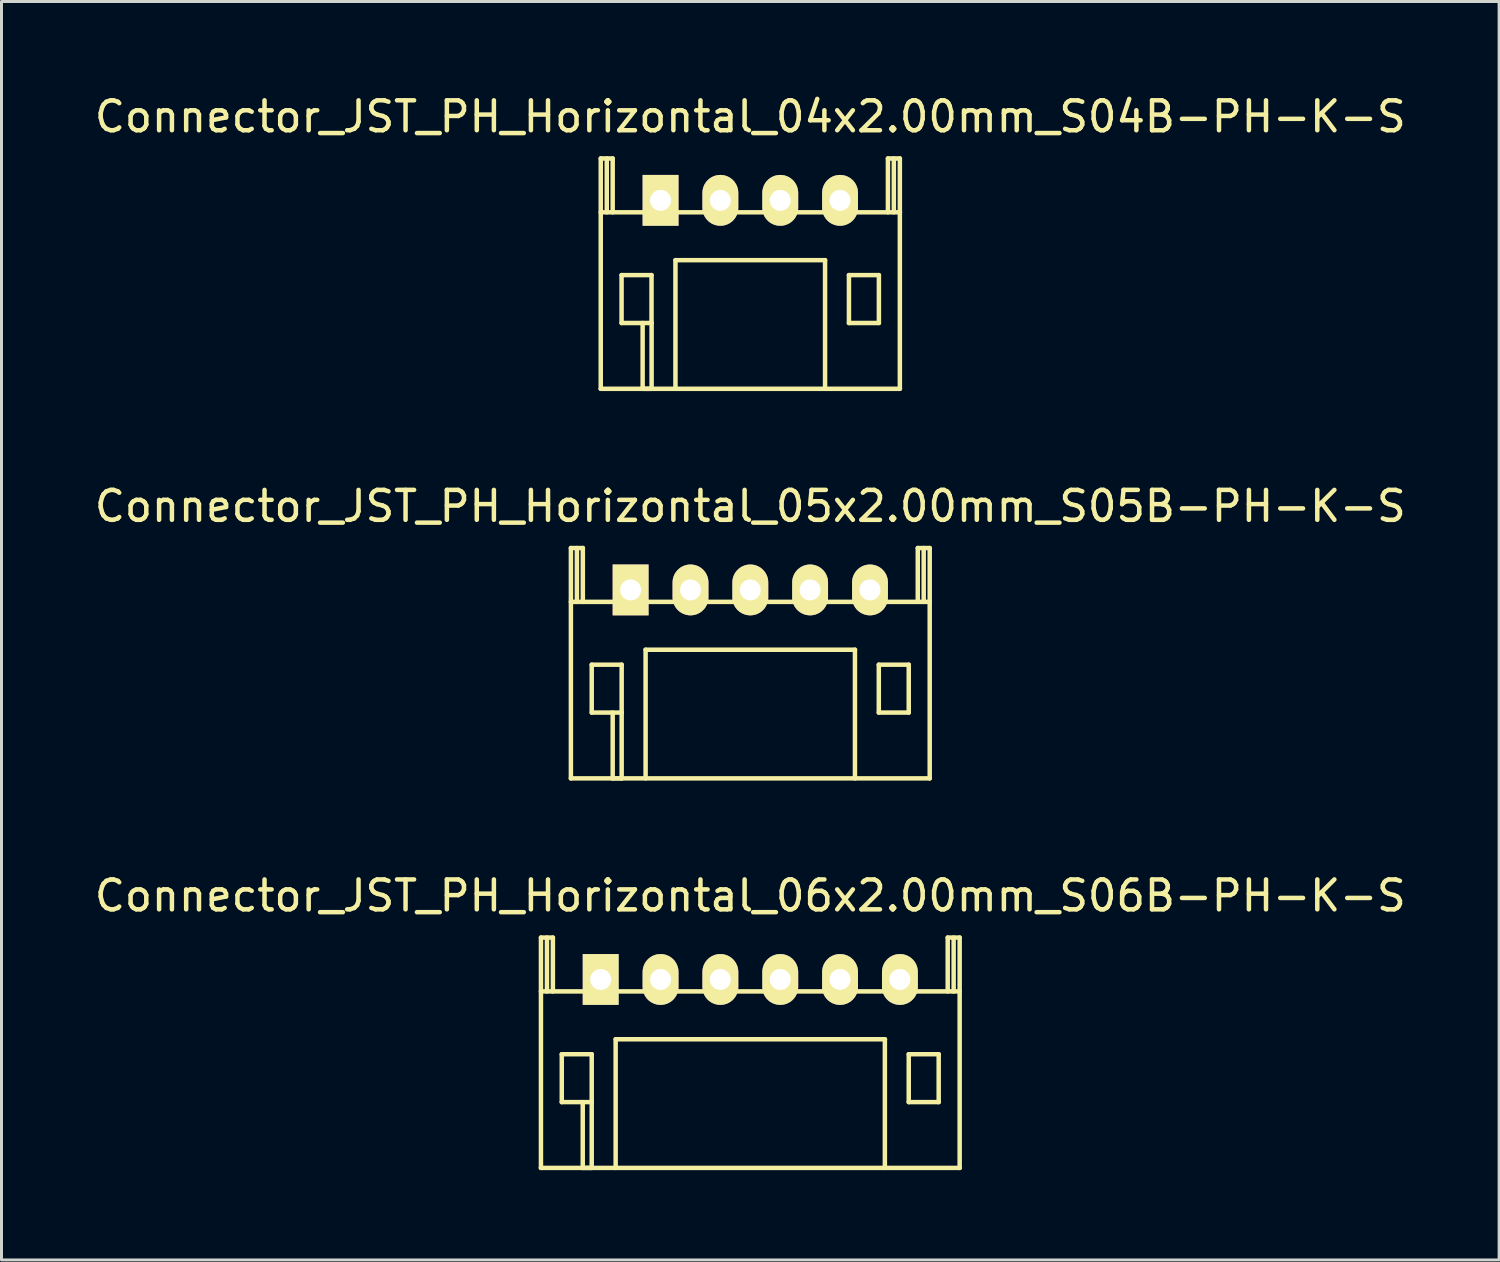
<source format=kicad_pcb>
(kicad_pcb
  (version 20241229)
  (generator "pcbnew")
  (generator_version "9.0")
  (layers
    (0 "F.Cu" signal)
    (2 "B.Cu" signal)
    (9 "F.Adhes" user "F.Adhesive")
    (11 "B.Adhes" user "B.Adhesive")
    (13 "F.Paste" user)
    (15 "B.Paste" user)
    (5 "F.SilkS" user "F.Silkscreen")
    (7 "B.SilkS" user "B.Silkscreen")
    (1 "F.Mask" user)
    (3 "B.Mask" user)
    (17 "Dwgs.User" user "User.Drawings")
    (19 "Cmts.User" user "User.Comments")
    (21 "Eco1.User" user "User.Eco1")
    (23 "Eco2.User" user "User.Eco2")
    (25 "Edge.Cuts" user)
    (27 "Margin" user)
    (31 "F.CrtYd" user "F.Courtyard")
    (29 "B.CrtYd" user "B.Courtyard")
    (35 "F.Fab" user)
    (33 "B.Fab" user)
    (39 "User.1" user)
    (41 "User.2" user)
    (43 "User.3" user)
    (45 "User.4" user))
  (footprint "Connector_JST_PH_Horizontal_06x2.00mm_S06B-PH-K-S"
    (layer "F.Cu")
    (at 17.03 29.69)
    (property "Reference" "Connector_JST_PH_Horizontal_06x2.00mm_S06B-PH-K-S" (at 5 -2.799 0) (layer "F.SilkS") (effects (font (size 1 1) (thickness 0.15))))
    (attr through_hole)
    (fp_line (start -2 6.299) (end 12 6.299) (stroke (width 0.15) (type solid)) (layer "F.SilkS"))
    (fp_line (start -1.998 -1.4) (end -1.998 6.299) (stroke (width 0.15) (type solid)) (layer "F.SilkS"))
    (fp_line (start -1.797 -1.4) (end -1.797 0.399) (stroke (width 0.15) (type solid)) (layer "F.SilkS"))
    (fp_line (start -1.599 -1.4) (end -1.998 -1.4) (stroke (width 0.15) (type solid)) (layer "F.SilkS"))
    (fp_line (start -1.599 0.399) (end -1.599 -1.4) (stroke (width 0.15) (type solid)) (layer "F.SilkS"))
    (fp_line (start -1.302 2.499) (end -0.301 2.499) (stroke (width 0.15) (type solid)) (layer "F.SilkS"))
    (fp_line (start -1.302 4.1) (end -1.302 2.499) (stroke (width 0.15) (type solid)) (layer "F.SilkS"))
    (fp_line (start -0.601 6.299) (end -0.601 4.1) (stroke (width 0.15) (type solid)) (layer "F.SilkS"))
    (fp_line (start -0.301 2.499) (end -0.301 4.1) (stroke (width 0.15) (type solid)) (layer "F.SilkS"))
    (fp_line (start -0.301 4.1) (end -1.302 4.1) (stroke (width 0.15) (type solid)) (layer "F.SilkS"))
    (fp_line (start -0.301 4.1) (end -0.301 6.299) (stroke (width 0.15) (type solid)) (layer "F.SilkS"))
    (fp_line (start -0.301 6.299) (end -0.601 6.299) (stroke (width 0.15) (type solid)) (layer "F.SilkS"))
    (fp_line (start 0.499 1.999) (end 0.499 6.299) (stroke (width 0.15) (type solid)) (layer "F.SilkS"))
    (fp_line (start 0.499 1.999) (end 9.501 1.999) (stroke (width 0.15) (type solid)) (layer "F.SilkS"))
    (fp_line (start 9.498 1.999) (end 9.498 6.299) (stroke (width 0.15) (type solid)) (layer "F.SilkS"))
    (fp_line (start 10.296 2.499) (end 11.297 2.499) (stroke (width 0.15) (type solid)) (layer "F.SilkS"))
    (fp_line (start 10.296 4.1) (end 10.296 2.499) (stroke (width 0.15) (type solid)) (layer "F.SilkS"))
    (fp_line (start 11.297 2.499) (end 11.297 4.1) (stroke (width 0.15) (type solid)) (layer "F.SilkS"))
    (fp_line (start 11.297 4.1) (end 10.296 4.1) (stroke (width 0.15) (type solid)) (layer "F.SilkS"))
    (fp_line (start 11.599 -1.4) (end 11.599 0.399) (stroke (width 0.15) (type solid)) (layer "F.SilkS"))
    (fp_line (start 11.797 -1.4) (end 11.797 0.399) (stroke (width 0.15) (type solid)) (layer "F.SilkS"))
    (fp_line (start 11.998 -1.4) (end 11.599 -1.4) (stroke (width 0.15) (type solid)) (layer "F.SilkS"))
    (fp_line (start 11.998 6.299) (end 11.998 -1.4) (stroke (width 0.15) (type solid)) (layer "F.SilkS"))
    (fp_line (start 12 0.399) (end -2 0.399) (stroke (width 0.15) (type solid)) (layer "F.SilkS"))
    (pad "1" thru_hole rect (at -0.001 0) (size 1.199 1.699) (drill 0.701) (layers "*.Cu" "*.Mask" "F.SilkS"))
    (pad "2" thru_hole oval (at 2 0) (size 1.199 1.699) (drill 0.701) (layers "*.Cu" "*.Mask" "F.SilkS"))
    (pad "3" thru_hole oval (at 3.999 0) (size 1.199 1.699) (drill 0.701) (layers "*.Cu" "*.Mask" "F.SilkS"))
    (pad "4" thru_hole oval (at 6.001 0) (size 1.199 1.699) (drill 0.701) (layers "*.Cu" "*.Mask" "F.SilkS"))
    (pad "5" thru_hole oval (at 8 0) (size 1.199 1.699) (drill 0.701) (layers "*.Cu" "*.Mask" "F.SilkS"))
    (pad "6" thru_hole oval (at 10.001 0) (size 1.199 1.699) (drill 0.701) (layers "*.Cu" "*.Mask" "F.SilkS")))
  (footprint "Connector_JST_PH_Horizontal_05x2.00mm_S05B-PH-K-S"
    (layer "F.Cu")
    (at 18.03 16.669)
    (property "Reference" "Connector_JST_PH_Horizontal_05x2.00mm_S05B-PH-K-S" (at 4 -2.799 0) (layer "F.SilkS") (effects (font (size 1 1) (thickness 0.15))))
    (attr through_hole)
    (fp_line (start -1.999 0.399) (end 9.999 0.399) (stroke (width 0.15) (type solid)) (layer "F.SilkS"))
    (fp_line (start -1.999 6.299) (end 9.999 6.299) (stroke (width 0.15) (type solid)) (layer "F.SilkS"))
    (fp_line (start -1.997 -1.4) (end -1.997 6.299) (stroke (width 0.15) (type solid)) (layer "F.SilkS"))
    (fp_line (start -1.796 -1.4) (end -1.796 0.399) (stroke (width 0.15) (type solid)) (layer "F.SilkS"))
    (fp_line (start -1.598 -1.4) (end -1.997 -1.4) (stroke (width 0.15) (type solid)) (layer "F.SilkS"))
    (fp_line (start -1.598 0.399) (end -1.598 -1.4) (stroke (width 0.15) (type solid)) (layer "F.SilkS"))
    (fp_line (start -1.301 2.499) (end -0.3 2.499) (stroke (width 0.15) (type solid)) (layer "F.SilkS"))
    (fp_line (start -1.301 4.1) (end -1.301 2.499) (stroke (width 0.15) (type solid)) (layer "F.SilkS"))
    (fp_line (start -0.6 6.299) (end -0.6 4.1) (stroke (width 0.15) (type solid)) (layer "F.SilkS"))
    (fp_line (start -0.3 2.499) (end -0.3 4.1) (stroke (width 0.15) (type solid)) (layer "F.SilkS"))
    (fp_line (start -0.3 4.1) (end -1.301 4.1) (stroke (width 0.15) (type solid)) (layer "F.SilkS"))
    (fp_line (start -0.3 4.1) (end -0.3 6.299) (stroke (width 0.15) (type solid)) (layer "F.SilkS"))
    (fp_line (start -0.3 6.299) (end -0.6 6.299) (stroke (width 0.15) (type solid)) (layer "F.SilkS"))
    (fp_line (start 0.5 1.999) (end 0.5 6.299) (stroke (width 0.15) (type solid)) (layer "F.SilkS"))
    (fp_line (start 0.5 1.999) (end 7.5 1.999) (stroke (width 0.15) (type solid)) (layer "F.SilkS"))
    (fp_line (start 7.498 1.999) (end 7.498 6.299) (stroke (width 0.15) (type solid)) (layer "F.SilkS"))
    (fp_line (start 8.295 2.499) (end 9.296 2.499) (stroke (width 0.15) (type solid)) (layer "F.SilkS"))
    (fp_line (start 8.295 4.1) (end 8.295 2.499) (stroke (width 0.15) (type solid)) (layer "F.SilkS"))
    (fp_line (start 9.296 2.499) (end 9.296 4.1) (stroke (width 0.15) (type solid)) (layer "F.SilkS"))
    (fp_line (start 9.296 4.1) (end 8.295 4.1) (stroke (width 0.15) (type solid)) (layer "F.SilkS"))
    (fp_line (start 9.598 -1.4) (end 9.598 0.399) (stroke (width 0.15) (type solid)) (layer "F.SilkS"))
    (fp_line (start 9.796 -1.4) (end 9.796 0.399) (stroke (width 0.15) (type solid)) (layer "F.SilkS"))
    (fp_line (start 9.997 -1.4) (end 9.598 -1.4) (stroke (width 0.15) (type solid)) (layer "F.SilkS"))
    (fp_line (start 9.997 6.299) (end 9.997 -1.4) (stroke (width 0.15) (type solid)) (layer "F.SilkS"))
    (pad "1" thru_hole rect (at -0.001 0) (size 1.199 1.699) (drill 0.701) (layers "*.Cu" "*.Mask" "F.SilkS"))
    (pad "2" thru_hole oval (at 2.001 0) (size 1.199 1.699) (drill 0.701) (layers "*.Cu" "*.Mask" "F.SilkS"))
    (pad "3" thru_hole oval (at 4 0) (size 1.199 1.699) (drill 0.701) (layers "*.Cu" "*.Mask" "F.SilkS"))
    (pad "4" thru_hole oval (at 5.999 0) (size 1.199 1.699) (drill 0.701) (layers "*.Cu" "*.Mask" "F.SilkS"))
    (pad "5" thru_hole oval (at 8.001 0) (size 1.199 1.699) (drill 0.701) (layers "*.Cu" "*.Mask" "F.SilkS")))
  (footprint "Connector_JST_PH_Horizontal_04x2.00mm_S04B-PH-K-S"
    (layer "F.Cu")
    (at 19.03 3.647)
    (property "Reference" "Connector_JST_PH_Horizontal_04x2.00mm_S04B-PH-K-S" (at 3 -2.799 0) (layer "F.SilkS") (effects (font (size 1 1) (thickness 0.15))))
    (attr through_hole)
    (fp_line (start -2.001 0.399) (end 8.001 0.399) (stroke (width 0.15) (type solid)) (layer "F.SilkS"))
    (fp_line (start -2.001 6.299) (end 8.001 6.299) (stroke (width 0.15) (type solid)) (layer "F.SilkS"))
    (fp_line (start -1.999 -1.4) (end -1.999 6.299) (stroke (width 0.15) (type solid)) (layer "F.SilkS"))
    (fp_line (start -1.798 -1.4) (end -1.798 0.399) (stroke (width 0.15) (type solid)) (layer "F.SilkS"))
    (fp_line (start -1.6 -1.4) (end -1.999 -1.4) (stroke (width 0.15) (type solid)) (layer "F.SilkS"))
    (fp_line (start -1.6 0.399) (end -1.6 -1.4) (stroke (width 0.15) (type solid)) (layer "F.SilkS"))
    (fp_line (start -1.303 2.499) (end -0.302 2.499) (stroke (width 0.15) (type solid)) (layer "F.SilkS"))
    (fp_line (start -1.303 4.1) (end -1.303 2.499) (stroke (width 0.15) (type solid)) (layer "F.SilkS"))
    (fp_line (start -0.599 6.299) (end -0.599 4.1) (stroke (width 0.15) (type solid)) (layer "F.SilkS"))
    (fp_line (start -0.302 2.499) (end -0.302 4.1) (stroke (width 0.15) (type solid)) (layer "F.SilkS"))
    (fp_line (start -0.302 4.1) (end -1.303 4.1) (stroke (width 0.15) (type solid)) (layer "F.SilkS"))
    (fp_line (start -0.299 4.1) (end -0.299 6.299) (stroke (width 0.15) (type solid)) (layer "F.SilkS"))
    (fp_line (start -0.299 6.299) (end -0.599 6.299) (stroke (width 0.15) (type solid)) (layer "F.SilkS"))
    (fp_line (start 0.498 1.999) (end 0.498 6.299) (stroke (width 0.15) (type solid)) (layer "F.SilkS"))
    (fp_line (start 5.499 1.999) (end 0.501 1.999) (stroke (width 0.15) (type solid)) (layer "F.SilkS"))
    (fp_line (start 5.499 1.999) (end 5.499 6.299) (stroke (width 0.15) (type solid)) (layer "F.SilkS"))
    (fp_line (start 6.297 2.499) (end 7.298 2.499) (stroke (width 0.15) (type solid)) (layer "F.SilkS"))
    (fp_line (start 6.297 4.1) (end 6.297 2.499) (stroke (width 0.15) (type solid)) (layer "F.SilkS"))
    (fp_line (start 7.298 2.499) (end 7.298 4.1) (stroke (width 0.15) (type solid)) (layer "F.SilkS"))
    (fp_line (start 7.298 4.1) (end 6.297 4.1) (stroke (width 0.15) (type solid)) (layer "F.SilkS"))
    (fp_line (start 7.6 -1.4) (end 7.6 0.399) (stroke (width 0.15) (type solid)) (layer "F.SilkS"))
    (fp_line (start 7.798 -1.4) (end 7.798 0.399) (stroke (width 0.15) (type solid)) (layer "F.SilkS"))
    (fp_line (start 7.999 -1.4) (end 7.6 -1.4) (stroke (width 0.15) (type solid)) (layer "F.SilkS"))
    (fp_line (start 7.999 6.299) (end 7.999 -1.4) (stroke (width 0.15) (type solid)) (layer "F.SilkS"))
    (pad "1" thru_hole rect (at 0.00026 0) (size 1.199 1.699) (drill 0.701) (layers "*.Cu" "*.Mask" "F.SilkS"))
    (pad "2" thru_hole oval (at 1.999 0) (size 1.199 1.699) (drill 0.701) (layers "*.Cu" "*.Mask" "F.SilkS"))
    (pad "3" thru_hole oval (at 4.001 0) (size 1.199 1.699) (drill 0.701) (layers "*.Cu" "*.Mask" "F.SilkS"))
    (pad "4" thru_hole oval (at 6 0) (size 1.199 1.699) (drill 0.701) (layers "*.Cu" "*.Mask" "F.SilkS")))
  (gr_rect
    (start -3 -3)
    (end 47.06 39.065)
    (stroke (width 0.1) (type default))
    (fill no)
    (layer "Edge.Cuts")))
</source>
